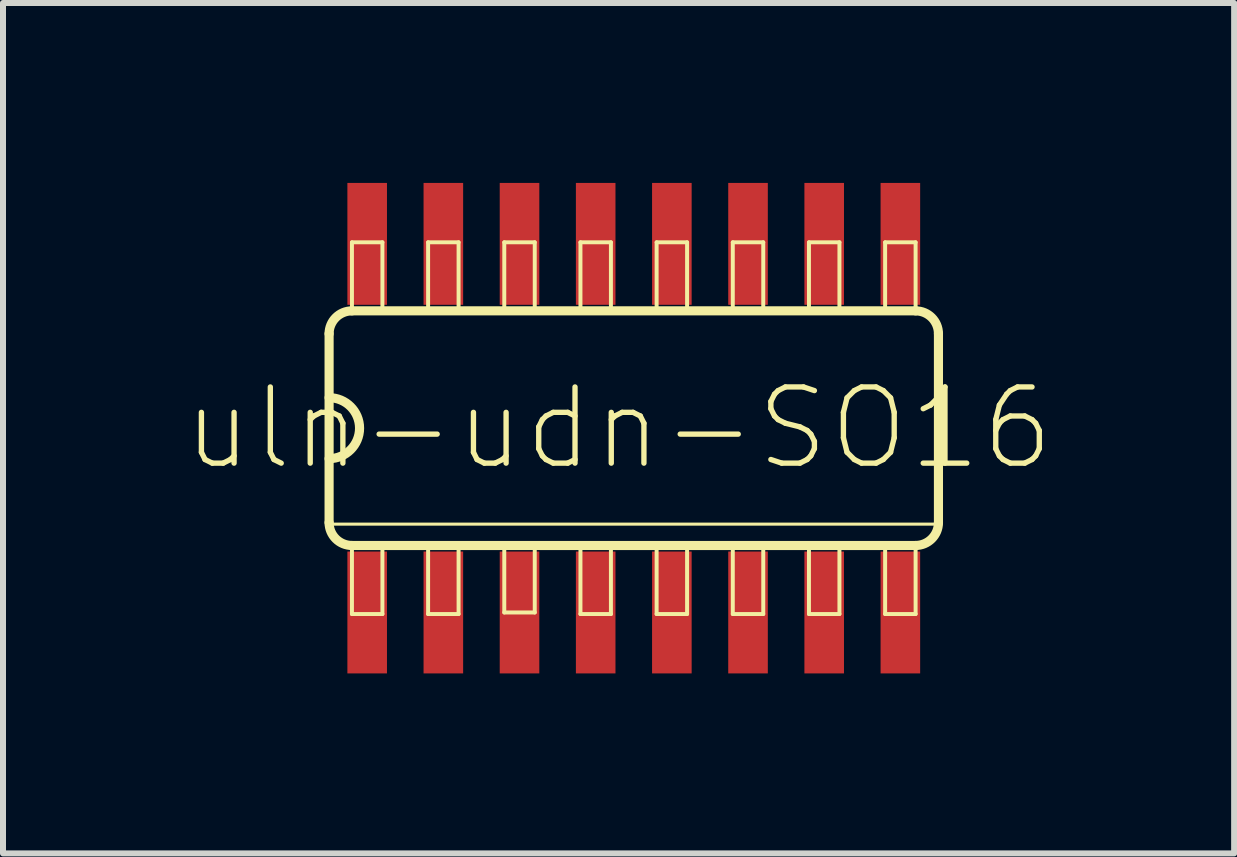
<source format=kicad_pcb>
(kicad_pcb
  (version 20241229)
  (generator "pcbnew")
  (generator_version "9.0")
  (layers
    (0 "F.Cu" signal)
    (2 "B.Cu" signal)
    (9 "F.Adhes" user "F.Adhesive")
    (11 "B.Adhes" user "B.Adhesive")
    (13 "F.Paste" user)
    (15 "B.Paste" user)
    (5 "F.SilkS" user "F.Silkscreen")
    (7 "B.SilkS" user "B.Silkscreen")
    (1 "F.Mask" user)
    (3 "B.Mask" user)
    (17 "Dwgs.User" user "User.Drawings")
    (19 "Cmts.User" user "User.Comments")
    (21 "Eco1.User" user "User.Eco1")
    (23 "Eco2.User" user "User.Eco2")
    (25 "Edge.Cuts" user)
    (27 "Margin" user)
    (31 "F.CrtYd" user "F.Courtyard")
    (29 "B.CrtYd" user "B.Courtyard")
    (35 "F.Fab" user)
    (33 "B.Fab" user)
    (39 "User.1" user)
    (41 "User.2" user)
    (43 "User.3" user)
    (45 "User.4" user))
  (footprint "uln-udn-SO16"
    (layer "F.Cu")
    (at 7.517 4.089)
    (property "Reference" "uln-udn-SO16" (at -0.254 0 0) (layer "F.SilkS") (effects (font (size 1.27 1.27) (thickness 0.089))))
    (attr smd)
    (fp_line (start -5.08 -1.575) (end -5.08 1.575) (stroke (width 0.152) (type solid)) (layer "F.SilkS"))
    (fp_line (start -5.08 1.6) (end 5.08 1.6) (stroke (width 0.051) (type solid)) (layer "F.SilkS"))
    (fp_line (start -4.699 -3.099) (end -4.191 -3.099) (stroke (width 0.066) (type solid)) (layer "F.SilkS"))
    (fp_line (start -4.699 -1.956) (end -4.699 -3.099) (stroke (width 0.066) (type solid)) (layer "F.SilkS"))
    (fp_line (start -4.699 -1.956) (end -4.191 -1.956) (stroke (width 0.066) (type solid)) (layer "F.SilkS"))
    (fp_line (start -4.699 1.956) (end -4.191 1.956) (stroke (width 0.066) (type solid)) (layer "F.SilkS"))
    (fp_line (start -4.699 1.956) (end 4.699 1.956) (stroke (width 0.152) (type solid)) (layer "F.SilkS"))
    (fp_line (start -4.699 3.099) (end -4.699 1.956) (stroke (width 0.066) (type solid)) (layer "F.SilkS"))
    (fp_line (start -4.699 3.099) (end -4.191 3.099) (stroke (width 0.066) (type solid)) (layer "F.SilkS"))
    (fp_line (start -4.191 -1.956) (end -4.191 -3.099) (stroke (width 0.066) (type solid)) (layer "F.SilkS"))
    (fp_line (start -4.191 3.099) (end -4.191 1.956) (stroke (width 0.066) (type solid)) (layer "F.SilkS"))
    (fp_line (start -3.429 -3.099) (end -2.921 -3.099) (stroke (width 0.066) (type solid)) (layer "F.SilkS"))
    (fp_line (start -3.429 -1.956) (end -3.429 -3.099) (stroke (width 0.066) (type solid)) (layer "F.SilkS"))
    (fp_line (start -3.429 -1.956) (end -2.921 -1.956) (stroke (width 0.066) (type solid)) (layer "F.SilkS"))
    (fp_line (start -3.429 1.956) (end -2.921 1.956) (stroke (width 0.066) (type solid)) (layer "F.SilkS"))
    (fp_line (start -3.429 3.099) (end -3.429 1.956) (stroke (width 0.066) (type solid)) (layer "F.SilkS"))
    (fp_line (start -3.429 3.099) (end -2.921 3.099) (stroke (width 0.066) (type solid)) (layer "F.SilkS"))
    (fp_line (start -2.921 -1.956) (end -2.921 -3.099) (stroke (width 0.066) (type solid)) (layer "F.SilkS"))
    (fp_line (start -2.921 3.099) (end -2.921 1.956) (stroke (width 0.066) (type solid)) (layer "F.SilkS"))
    (fp_line (start -2.159 -3.099) (end -1.651 -3.099) (stroke (width 0.066) (type solid)) (layer "F.SilkS"))
    (fp_line (start -2.159 -1.956) (end -2.159 -3.099) (stroke (width 0.066) (type solid)) (layer "F.SilkS"))
    (fp_line (start -2.159 -1.956) (end -1.651 -1.956) (stroke (width 0.066) (type solid)) (layer "F.SilkS"))
    (fp_line (start -2.159 1.93) (end -1.651 1.93) (stroke (width 0.066) (type solid)) (layer "F.SilkS"))
    (fp_line (start -2.159 3.073) (end -2.159 1.93) (stroke (width 0.066) (type solid)) (layer "F.SilkS"))
    (fp_line (start -2.159 3.073) (end -1.651 3.073) (stroke (width 0.066) (type solid)) (layer "F.SilkS"))
    (fp_line (start -1.651 -1.956) (end -1.651 -3.099) (stroke (width 0.066) (type solid)) (layer "F.SilkS"))
    (fp_line (start -1.651 3.073) (end -1.651 1.93) (stroke (width 0.066) (type solid)) (layer "F.SilkS"))
    (fp_line (start -0.889 -3.099) (end -0.381 -3.099) (stroke (width 0.066) (type solid)) (layer "F.SilkS"))
    (fp_line (start -0.889 -1.956) (end -0.889 -3.099) (stroke (width 0.066) (type solid)) (layer "F.SilkS"))
    (fp_line (start -0.889 -1.956) (end -0.381 -1.956) (stroke (width 0.066) (type solid)) (layer "F.SilkS"))
    (fp_line (start -0.889 1.956) (end -0.381 1.956) (stroke (width 0.066) (type solid)) (layer "F.SilkS"))
    (fp_line (start -0.889 3.099) (end -0.889 1.956) (stroke (width 0.066) (type solid)) (layer "F.SilkS"))
    (fp_line (start -0.889 3.099) (end -0.381 3.099) (stroke (width 0.066) (type solid)) (layer "F.SilkS"))
    (fp_line (start -0.381 -1.956) (end -0.381 -3.099) (stroke (width 0.066) (type solid)) (layer "F.SilkS"))
    (fp_line (start -0.381 3.099) (end -0.381 1.956) (stroke (width 0.066) (type solid)) (layer "F.SilkS"))
    (fp_line (start 0.381 -3.099) (end 0.889 -3.099) (stroke (width 0.066) (type solid)) (layer "F.SilkS"))
    (fp_line (start 0.381 -1.956) (end 0.381 -3.099) (stroke (width 0.066) (type solid)) (layer "F.SilkS"))
    (fp_line (start 0.381 -1.956) (end 0.889 -1.956) (stroke (width 0.066) (type solid)) (layer "F.SilkS"))
    (fp_line (start 0.381 1.956) (end 0.889 1.956) (stroke (width 0.066) (type solid)) (layer "F.SilkS"))
    (fp_line (start 0.381 3.099) (end 0.381 1.956) (stroke (width 0.066) (type solid)) (layer "F.SilkS"))
    (fp_line (start 0.381 3.099) (end 0.889 3.099) (stroke (width 0.066) (type solid)) (layer "F.SilkS"))
    (fp_line (start 0.889 -1.956) (end 0.889 -3.099) (stroke (width 0.066) (type solid)) (layer "F.SilkS"))
    (fp_line (start 0.889 3.099) (end 0.889 1.956) (stroke (width 0.066) (type solid)) (layer "F.SilkS"))
    (fp_line (start 1.651 -3.099) (end 2.159 -3.099) (stroke (width 0.066) (type solid)) (layer "F.SilkS"))
    (fp_line (start 1.651 -1.956) (end 1.651 -3.099) (stroke (width 0.066) (type solid)) (layer "F.SilkS"))
    (fp_line (start 1.651 -1.956) (end 2.159 -1.956) (stroke (width 0.066) (type solid)) (layer "F.SilkS"))
    (fp_line (start 1.651 1.956) (end 2.159 1.956) (stroke (width 0.066) (type solid)) (layer "F.SilkS"))
    (fp_line (start 1.651 3.099) (end 1.651 1.956) (stroke (width 0.066) (type solid)) (layer "F.SilkS"))
    (fp_line (start 1.651 3.099) (end 2.159 3.099) (stroke (width 0.066) (type solid)) (layer "F.SilkS"))
    (fp_line (start 2.159 -1.956) (end 2.159 -3.099) (stroke (width 0.066) (type solid)) (layer "F.SilkS"))
    (fp_line (start 2.159 3.099) (end 2.159 1.956) (stroke (width 0.066) (type solid)) (layer "F.SilkS"))
    (fp_line (start 2.921 -3.099) (end 3.429 -3.099) (stroke (width 0.066) (type solid)) (layer "F.SilkS"))
    (fp_line (start 2.921 -1.956) (end 2.921 -3.099) (stroke (width 0.066) (type solid)) (layer "F.SilkS"))
    (fp_line (start 2.921 -1.956) (end 3.429 -1.956) (stroke (width 0.066) (type solid)) (layer "F.SilkS"))
    (fp_line (start 2.921 1.956) (end 3.429 1.956) (stroke (width 0.066) (type solid)) (layer "F.SilkS"))
    (fp_line (start 2.921 3.099) (end 2.921 1.956) (stroke (width 0.066) (type solid)) (layer "F.SilkS"))
    (fp_line (start 2.921 3.099) (end 3.429 3.099) (stroke (width 0.066) (type solid)) (layer "F.SilkS"))
    (fp_line (start 3.429 -1.956) (end 3.429 -3.099) (stroke (width 0.066) (type solid)) (layer "F.SilkS"))
    (fp_line (start 3.429 3.099) (end 3.429 1.956) (stroke (width 0.066) (type solid)) (layer "F.SilkS"))
    (fp_line (start 4.191 -3.099) (end 4.699 -3.099) (stroke (width 0.066) (type solid)) (layer "F.SilkS"))
    (fp_line (start 4.191 -1.956) (end 4.191 -3.099) (stroke (width 0.066) (type solid)) (layer "F.SilkS"))
    (fp_line (start 4.191 -1.956) (end 4.699 -1.956) (stroke (width 0.066) (type solid)) (layer "F.SilkS"))
    (fp_line (start 4.191 1.956) (end 4.699 1.956) (stroke (width 0.066) (type solid)) (layer "F.SilkS"))
    (fp_line (start 4.191 3.099) (end 4.191 1.956) (stroke (width 0.066) (type solid)) (layer "F.SilkS"))
    (fp_line (start 4.191 3.099) (end 4.699 3.099) (stroke (width 0.066) (type solid)) (layer "F.SilkS"))
    (fp_line (start 4.699 -1.956) (end -4.699 -1.956) (stroke (width 0.152) (type solid)) (layer "F.SilkS"))
    (fp_line (start 4.699 -1.956) (end 4.699 -3.099) (stroke (width 0.066) (type solid)) (layer "F.SilkS"))
    (fp_line (start 4.699 3.099) (end 4.699 1.956) (stroke (width 0.066) (type solid)) (layer "F.SilkS"))
    (fp_line (start 5.08 1.575) (end 5.08 -1.575) (stroke (width 0.152) (type solid)) (layer "F.SilkS"))
    (fp_arc (start -5.08 -1.5748) (mid -4.968408 -1.844208) (end -4.699 -1.9558) (stroke (width 0.1524) (type solid)) (layer "F.SilkS"))
    (fp_arc (start -5.08 -0.508) (mid -4.572 0) (end -5.08 0.508) (stroke (width 0.1524) (type solid)) (layer "F.SilkS"))
    (fp_arc (start -4.699 1.9558) (mid -4.968408 1.844208) (end -5.08 1.5748) (stroke (width 0.1524) (type solid)) (layer "F.SilkS"))
    (fp_arc (start 4.699 -1.9558) (mid 4.968408 -1.844208) (end 5.08 -1.5748) (stroke (width 0.1524) (type solid)) (layer "F.SilkS"))
    (fp_arc (start 5.08 1.5748) (mid 4.968408 1.844208) (end 4.699 1.9558) (stroke (width 0.1524) (type solid)) (layer "F.SilkS"))
    (pad "1" smd rect (at -4.445 3.073) (size 0.66 2.032) (layers "F.Cu" "F.Mask" "F.Paste"))
    (pad "2" smd rect (at -3.175 3.073) (size 0.66 2.032) (layers "F.Cu" "F.Mask" "F.Paste"))
    (pad "3" smd rect (at -1.905 3.073) (size 0.66 2.032) (layers "F.Cu" "F.Mask" "F.Paste"))
    (pad "4" smd rect (at -0.635 3.073) (size 0.66 2.032) (layers "F.Cu" "F.Mask" "F.Paste"))
    (pad "5" smd rect (at 0.635 3.073) (size 0.66 2.032) (layers "F.Cu" "F.Mask" "F.Paste"))
    (pad "6" smd rect (at 1.905 3.073) (size 0.66 2.032) (layers "F.Cu" "F.Mask" "F.Paste"))
    (pad "7" smd rect (at 3.175 3.073) (size 0.66 2.032) (layers "F.Cu" "F.Mask" "F.Paste"))
    (pad "8" smd rect (at 4.445 3.073) (size 0.66 2.032) (layers "F.Cu" "F.Mask" "F.Paste"))
    (pad "9" smd rect (at 4.445 -3.073) (size 0.66 2.032) (layers "F.Cu" "F.Mask" "F.Paste"))
    (pad "10" smd rect (at 3.175 -3.073) (size 0.66 2.032) (layers "F.Cu" "F.Mask" "F.Paste"))
    (pad "11" smd rect (at 1.905 -3.073) (size 0.66 2.032) (layers "F.Cu" "F.Mask" "F.Paste"))
    (pad "12" smd rect (at 0.635 -3.073) (size 0.66 2.032) (layers "F.Cu" "F.Mask" "F.Paste"))
    (pad "13" smd rect (at -0.635 -3.073) (size 0.66 2.032) (layers "F.Cu" "F.Mask" "F.Paste"))
    (pad "14" smd rect (at -1.905 -3.073) (size 0.66 2.032) (layers "F.Cu" "F.Mask" "F.Paste"))
    (pad "15" smd rect (at -3.175 -3.073) (size 0.66 2.032) (layers "F.Cu" "F.Mask" "F.Paste"))
    (pad "16" smd rect (at -4.445 -3.073) (size 0.66 2.032) (layers "F.Cu" "F.Mask" "F.Paste")))
  (gr_rect
    (start -3 -3)
    (end 17.527 11.179)
    (stroke (width 0.1) (type default))
    (fill no)
    (layer "Edge.Cuts")))
</source>
